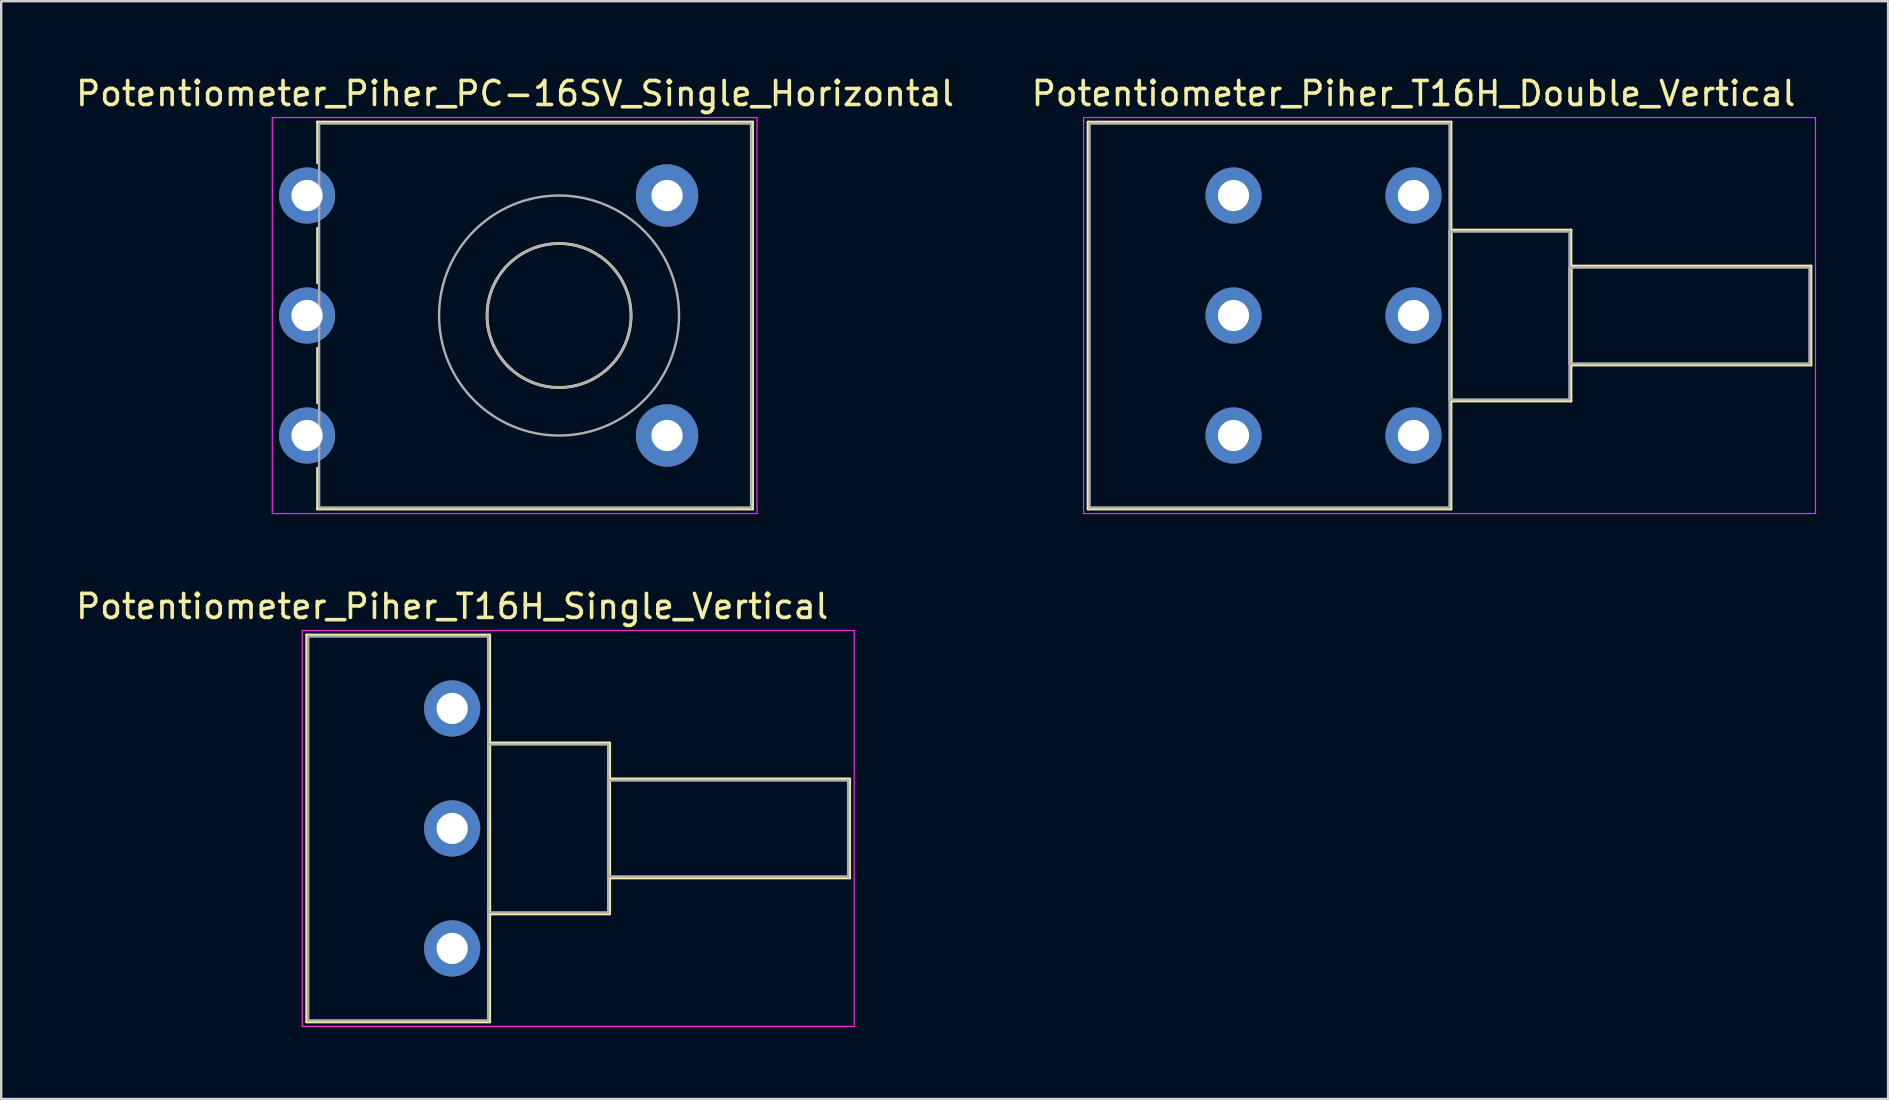
<source format=kicad_pcb>
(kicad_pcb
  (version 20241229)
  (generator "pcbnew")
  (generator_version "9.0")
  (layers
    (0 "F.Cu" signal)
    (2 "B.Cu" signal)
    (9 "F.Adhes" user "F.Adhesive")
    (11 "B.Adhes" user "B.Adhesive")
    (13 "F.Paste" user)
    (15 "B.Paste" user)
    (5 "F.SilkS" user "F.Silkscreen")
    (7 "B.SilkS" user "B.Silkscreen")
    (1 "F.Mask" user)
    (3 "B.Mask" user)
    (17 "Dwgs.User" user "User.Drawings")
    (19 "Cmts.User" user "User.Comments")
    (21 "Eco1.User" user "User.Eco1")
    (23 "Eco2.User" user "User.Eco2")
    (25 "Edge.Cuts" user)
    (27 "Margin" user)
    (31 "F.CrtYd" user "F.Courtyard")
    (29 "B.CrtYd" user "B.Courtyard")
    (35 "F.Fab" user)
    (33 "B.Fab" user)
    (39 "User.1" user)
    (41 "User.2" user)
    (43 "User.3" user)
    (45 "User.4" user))
  (footprint "Potentiometer_Piher_T16H_Single_Vertical"
    (layer "F.Cu")
    (at 15.792 36.471)
    (property "Reference" "Potentiometer_Piher_T16H_Single_Vertical" (at 0 -14.25 0) (layer "F.SilkS") (effects (font (size 1 1) (thickness 0.15))))
    (attr through_hole)
    (fp_line (start -6.06 -13.06) (end -6.06 3.06) (stroke (width 0.12) (type solid)) (layer "F.SilkS"))
    (fp_line (start -6.06 -13.06) (end 1.561 -13.06) (stroke (width 0.12) (type solid)) (layer "F.SilkS"))
    (fp_line (start -6.06 3.06) (end 1.561 3.06) (stroke (width 0.12) (type solid)) (layer "F.SilkS"))
    (fp_line (start 1.561 -13.06) (end 1.561 3.06) (stroke (width 0.12) (type solid)) (layer "F.SilkS"))
    (fp_line (start 1.561 -8.56) (end 1.561 -1.44) (stroke (width 0.12) (type solid)) (layer "F.SilkS"))
    (fp_line (start 1.561 -8.56) (end 6.56 -8.56) (stroke (width 0.12) (type solid)) (layer "F.SilkS"))
    (fp_line (start 1.561 -1.44) (end 6.56 -1.44) (stroke (width 0.12) (type solid)) (layer "F.SilkS"))
    (fp_line (start 6.56 -8.56) (end 6.56 -1.44) (stroke (width 0.12) (type solid)) (layer "F.SilkS"))
    (fp_line (start 6.56 -7.06) (end 6.56 -2.94) (stroke (width 0.12) (type solid)) (layer "F.SilkS"))
    (fp_line (start 6.56 -7.06) (end 16.561 -7.06) (stroke (width 0.12) (type solid)) (layer "F.SilkS"))
    (fp_line (start 6.56 -2.94) (end 16.561 -2.94) (stroke (width 0.12) (type solid)) (layer "F.SilkS"))
    (fp_line (start 16.561 -7.06) (end 16.561 -2.94) (stroke (width 0.12) (type solid)) (layer "F.SilkS"))
    (fp_line (start -6.25 -13.25) (end -6.25 3.25) (stroke (width 0.05) (type solid)) (layer "F.CrtYd"))
    (fp_line (start -6.25 3.25) (end 16.75 3.25) (stroke (width 0.05) (type solid)) (layer "F.CrtYd"))
    (fp_line (start 16.75 -13.25) (end -6.25 -13.25) (stroke (width 0.05) (type solid)) (layer "F.CrtYd"))
    (fp_line (start 16.75 3.25) (end 16.75 -13.25) (stroke (width 0.05) (type solid)) (layer "F.CrtYd"))
    (fp_line (start -6 -13) (end -6 3) (stroke (width 0.1) (type solid)) (layer "F.Fab"))
    (fp_line (start -6 3) (end 1.5 3) (stroke (width 0.1) (type solid)) (layer "F.Fab"))
    (fp_line (start 1.5 -13) (end -6 -13) (stroke (width 0.1) (type solid)) (layer "F.Fab"))
    (fp_line (start 1.5 -8.5) (end 1.5 -1.5) (stroke (width 0.1) (type solid)) (layer "F.Fab"))
    (fp_line (start 1.5 -1.5) (end 6.5 -1.5) (stroke (width 0.1) (type solid)) (layer "F.Fab"))
    (fp_line (start 1.5 3) (end 1.5 -13) (stroke (width 0.1) (type solid)) (layer "F.Fab"))
    (fp_line (start 6.5 -8.5) (end 1.5 -8.5) (stroke (width 0.1) (type solid)) (layer "F.Fab"))
    (fp_line (start 6.5 -7) (end 6.5 -3) (stroke (width 0.1) (type solid)) (layer "F.Fab"))
    (fp_line (start 6.5 -3) (end 16.5 -3) (stroke (width 0.1) (type solid)) (layer "F.Fab"))
    (fp_line (start 6.5 -1.5) (end 6.5 -8.5) (stroke (width 0.1) (type solid)) (layer "F.Fab"))
    (fp_line (start 16.5 -7) (end 6.5 -7) (stroke (width 0.1) (type solid)) (layer "F.Fab"))
    (fp_line (start 16.5 -3) (end 16.5 -7) (stroke (width 0.1) (type solid)) (layer "F.Fab"))
    (pad "1" thru_hole circle (at 0 0) (size 2.34 2.34) (drill 1.3) (layers "*.Cu" "*.Mask"))
    (pad "2" thru_hole circle (at 0 -5) (size 2.34 2.34) (drill 1.3) (layers "*.Cu" "*.Mask"))
    (pad "3" thru_hole circle (at 0 -10) (size 2.34 2.34) (drill 1.3) (layers "*.Cu" "*.Mask")))
  (footprint "Potentiometer_Piher_T16H_Double_Vertical"
    (layer "F.Cu")
    (at 55.851 15.098)
    (property "Reference" "Potentiometer_Piher_T16H_Double_Vertical" (at 0 -14.25 0) (layer "F.SilkS") (effects (font (size 1 1) (thickness 0.15))))
    (attr through_hole)
    (fp_line (start -13.56 -13.06) (end -13.56 3.06) (stroke (width 0.12) (type solid)) (layer "F.SilkS"))
    (fp_line (start -13.56 -13.06) (end 1.56 -13.06) (stroke (width 0.12) (type solid)) (layer "F.SilkS"))
    (fp_line (start -13.56 3.06) (end 1.56 3.06) (stroke (width 0.12) (type solid)) (layer "F.SilkS"))
    (fp_line (start 1.56 -13.06) (end 1.56 3.06) (stroke (width 0.12) (type solid)) (layer "F.SilkS"))
    (fp_line (start 1.56 -8.56) (end 1.56 -1.44) (stroke (width 0.12) (type solid)) (layer "F.SilkS"))
    (fp_line (start 1.56 -8.56) (end 6.56 -8.56) (stroke (width 0.12) (type solid)) (layer "F.SilkS"))
    (fp_line (start 1.56 -1.44) (end 6.56 -1.44) (stroke (width 0.12) (type solid)) (layer "F.SilkS"))
    (fp_line (start 6.56 -8.56) (end 6.56 -1.44) (stroke (width 0.12) (type solid)) (layer "F.SilkS"))
    (fp_line (start 6.56 -7.06) (end 6.56 -2.94) (stroke (width 0.12) (type solid)) (layer "F.SilkS"))
    (fp_line (start 6.56 -7.06) (end 16.56 -7.06) (stroke (width 0.12) (type solid)) (layer "F.SilkS"))
    (fp_line (start 6.56 -2.94) (end 16.56 -2.94) (stroke (width 0.12) (type solid)) (layer "F.SilkS"))
    (fp_line (start 16.56 -7.06) (end 16.56 -2.94) (stroke (width 0.12) (type solid)) (layer "F.SilkS"))
    (fp_line (start -13.75 -13.25) (end -13.75 3.25) (stroke (width 0.05) (type solid)) (layer "F.CrtYd"))
    (fp_line (start -13.75 3.25) (end 16.75 3.25) (stroke (width 0.05) (type solid)) (layer "F.CrtYd"))
    (fp_line (start 16.75 -13.25) (end -13.75 -13.25) (stroke (width 0.05) (type solid)) (layer "F.CrtYd"))
    (fp_line (start 16.75 3.25) (end 16.75 -13.25) (stroke (width 0.05) (type solid)) (layer "F.CrtYd"))
    (fp_line (start -13.5 -13) (end -13.5 3) (stroke (width 0.1) (type solid)) (layer "F.Fab"))
    (fp_line (start -13.5 3) (end 1.5 3) (stroke (width 0.1) (type solid)) (layer "F.Fab"))
    (fp_line (start 1.5 -13) (end -13.5 -13) (stroke (width 0.1) (type solid)) (layer "F.Fab"))
    (fp_line (start 1.5 -8.5) (end 1.5 -1.5) (stroke (width 0.1) (type solid)) (layer "F.Fab"))
    (fp_line (start 1.5 -1.5) (end 6.5 -1.5) (stroke (width 0.1) (type solid)) (layer "F.Fab"))
    (fp_line (start 1.5 3) (end 1.5 -13) (stroke (width 0.1) (type solid)) (layer "F.Fab"))
    (fp_line (start 6.5 -8.5) (end 1.5 -8.5) (stroke (width 0.1) (type solid)) (layer "F.Fab"))
    (fp_line (start 6.5 -7) (end 6.5 -3) (stroke (width 0.1) (type solid)) (layer "F.Fab"))
    (fp_line (start 6.5 -3) (end 16.5 -3) (stroke (width 0.1) (type solid)) (layer "F.Fab"))
    (fp_line (start 6.5 -1.5) (end 6.5 -8.5) (stroke (width 0.1) (type solid)) (layer "F.Fab"))
    (fp_line (start 16.5 -7) (end 6.5 -7) (stroke (width 0.1) (type solid)) (layer "F.Fab"))
    (fp_line (start 16.5 -3) (end 16.5 -7) (stroke (width 0.1) (type solid)) (layer "F.Fab"))
    (pad "1" thru_hole circle (at 0 0) (size 2.34 2.34) (drill 1.3) (layers "*.Cu" "*.Mask"))
    (pad "2" thru_hole circle (at 0 -5) (size 2.34 2.34) (drill 1.3) (layers "*.Cu" "*.Mask"))
    (pad "3" thru_hole circle (at 0 -10) (size 2.34 2.34) (drill 1.3) (layers "*.Cu" "*.Mask"))
    (pad "4" thru_hole circle (at -7.5 0) (size 2.34 2.34) (drill 1.3) (layers "*.Cu" "*.Mask"))
    (pad "5" thru_hole circle (at -7.5 -5) (size 2.34 2.34) (drill 1.3) (layers "*.Cu" "*.Mask"))
    (pad "6" thru_hole circle (at -7.5 -10) (size 2.34 2.34) (drill 1.3) (layers "*.Cu" "*.Mask")))
  (footprint "Potentiometer_Piher_PC-16SV_Single_Horizontal"
    (layer "F.Cu")
    (at 9.746 15.098)
    (property "Reference" "Potentiometer_Piher_PC-16SV_Single_Horizontal" (at 8.665 -14.25 0) (layer "F.SilkS") (effects (font (size 1 1) (thickness 0.15))))
    (attr through_hole)
    (fp_line (start 0.44 -13.06) (end 0.44 -11.365) (stroke (width 0.12) (type solid)) (layer "F.SilkS"))
    (fp_line (start 0.44 -13.06) (end 18.561 -13.06) (stroke (width 0.12) (type solid)) (layer "F.SilkS"))
    (fp_line (start 0.44 -8.635) (end 0.44 -6.365) (stroke (width 0.12) (type solid)) (layer "F.SilkS"))
    (fp_line (start 0.44 -3.635) (end 0.44 -1.365) (stroke (width 0.12) (type solid)) (layer "F.SilkS"))
    (fp_line (start 0.44 1.365) (end 0.44 3.06) (stroke (width 0.12) (type solid)) (layer "F.SilkS"))
    (fp_line (start 0.44 3.06) (end 18.561 3.06) (stroke (width 0.12) (type solid)) (layer "F.SilkS"))
    (fp_line (start 18.561 -13.06) (end 18.561 3.06) (stroke (width 0.12) (type solid)) (layer "F.SilkS"))
    (fp_circle (center 10.5 -5) (end 13.5 -5) (stroke (width 0.12) (type solid)) (fill no) (layer "F.SilkS"))
    (fp_line (start -1.45 -13.25) (end -1.45 3.25) (stroke (width 0.05) (type solid)) (layer "F.CrtYd"))
    (fp_line (start -1.45 3.25) (end 18.75 3.25) (stroke (width 0.05) (type solid)) (layer "F.CrtYd"))
    (fp_line (start 18.75 -13.25) (end -1.45 -13.25) (stroke (width 0.05) (type solid)) (layer "F.CrtYd"))
    (fp_line (start 18.75 3.25) (end 18.75 -13.25) (stroke (width 0.05) (type solid)) (layer "F.CrtYd"))
    (fp_line (start 0.5 -13) (end 0.5 3) (stroke (width 0.1) (type solid)) (layer "F.Fab"))
    (fp_line (start 0.5 3) (end 18.5 3) (stroke (width 0.1) (type solid)) (layer "F.Fab"))
    (fp_line (start 18.5 -13) (end 0.5 -13) (stroke (width 0.1) (type solid)) (layer "F.Fab"))
    (fp_line (start 18.5 3) (end 18.5 -13) (stroke (width 0.1) (type solid)) (layer "F.Fab"))
    (fp_circle (center 10.5 -5) (end 13.5 -5) (stroke (width 0.1) (type solid)) (fill no) (layer "F.Fab"))
    (fp_circle (center 10.5 -5) (end 15.5 -5) (stroke (width 0.1) (type solid)) (fill no) (layer "F.Fab"))
    (pad "" np_thru_hole circle (at 15 -10) (size 2.6 2.6) (drill 1.3) (layers "*.Cu" "*.Mask"))
    (pad "" np_thru_hole circle (at 15 0) (size 2.6 2.6) (drill 1.3) (layers "*.Cu" "*.Mask"))
    (pad "1" thru_hole circle (at 0 0) (size 2.34 2.34) (drill 1.3) (layers "*.Cu" "*.Mask"))
    (pad "2" thru_hole circle (at 0 -5) (size 2.34 2.34) (drill 1.3) (layers "*.Cu" "*.Mask"))
    (pad "3" thru_hole circle (at 0 -10) (size 2.34 2.34) (drill 1.3) (layers "*.Cu" "*.Mask")))
  (gr_rect
    (start -3 -3)
    (end 75.626 42.746)
    (stroke (width 0.1) (type default))
    (fill no)
    (layer "Edge.Cuts")))
</source>
